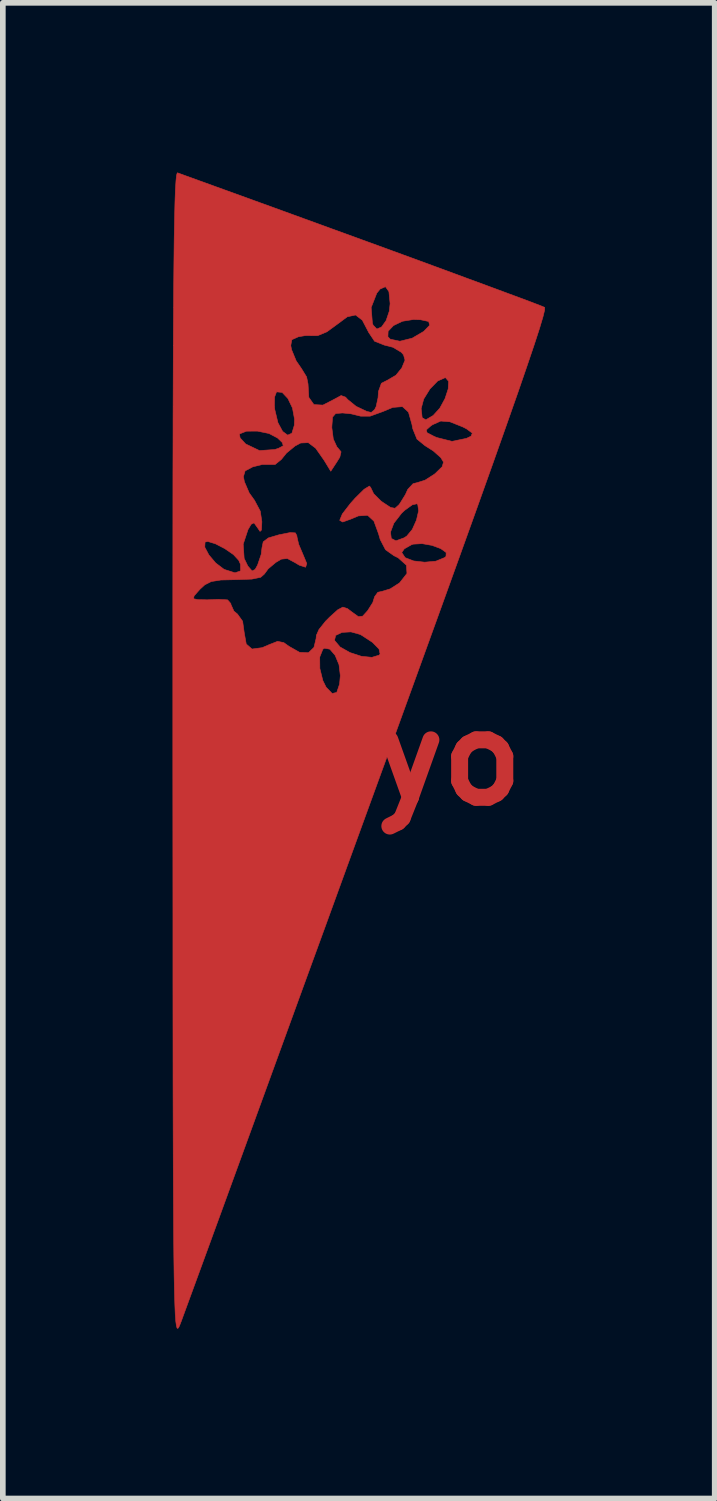
<source format=kicad_pcb>
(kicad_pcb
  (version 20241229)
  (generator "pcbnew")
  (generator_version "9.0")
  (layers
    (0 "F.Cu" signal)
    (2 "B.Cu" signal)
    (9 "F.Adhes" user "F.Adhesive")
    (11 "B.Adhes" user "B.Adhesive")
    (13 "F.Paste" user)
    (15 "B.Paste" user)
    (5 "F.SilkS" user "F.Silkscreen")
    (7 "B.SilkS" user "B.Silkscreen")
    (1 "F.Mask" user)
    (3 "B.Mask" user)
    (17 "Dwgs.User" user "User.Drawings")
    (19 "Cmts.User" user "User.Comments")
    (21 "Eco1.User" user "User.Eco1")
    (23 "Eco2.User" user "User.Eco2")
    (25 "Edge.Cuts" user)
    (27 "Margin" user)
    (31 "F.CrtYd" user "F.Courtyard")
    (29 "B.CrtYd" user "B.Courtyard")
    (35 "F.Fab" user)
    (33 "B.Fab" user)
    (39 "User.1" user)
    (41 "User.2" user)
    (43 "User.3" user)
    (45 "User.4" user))
  (footprint "kikyo"
    (layer "F.Cu")
    (at 3.297 10.355)
    (property "Reference" "kikyo" (at 0 0 0) (layer "F.Cu") (effects (font (size 1.524 1.524) (thickness 0.3))))
    (attr through_hole)
    (fp_poly (pts (xy -2.552 -10.112) (xy -1.875 -9.867) (xy -1.192 -9.619) (xy -0.514 -9.372) (xy 0.146 -9.132) (xy 0.776 -8.902) (xy 1.362 -8.687) (xy 1.893 -8.491) (xy 2.357 -8.32) (xy 2.74 -8.178) (xy 3.03 -8.07) (xy 3.215 -7.999) (xy 3.282 -7.971) (xy 3.281 -7.926) (xy 3.251 -7.803) (xy 3.19 -7.599) (xy 3.096 -7.31) (xy 2.968 -6.932) (xy 2.806 -6.461) (xy 2.606 -5.892) (xy 2.369 -5.222) (xy 2.092 -4.446) (xy 1.774 -3.561) (xy 1.414 -2.563) (xy 1.01 -1.447) (xy 0.561 -0.21) (xy 0.17 0.863) (xy -0.216 1.923) (xy -0.59 2.952) (xy -0.951 3.941) (xy -1.294 4.884) (xy -1.617 5.771) (xy -1.917 6.595) (xy -2.192 7.349) (xy -2.438 8.024) (xy -2.653 8.613) (xy -2.834 9.108) (xy -2.978 9.501) (xy -3.082 9.785) (xy -3.143 9.952) (xy -3.157 9.988) (xy -3.175 10.033) (xy -3.191 10.065) (xy -3.205 10.079) (xy -3.218 10.069) (xy -3.229 10.028) (xy -3.24 9.95) (xy -3.249 9.829) (xy -3.256 9.658) (xy -3.263 9.432) (xy -3.269 9.144) (xy -3.274 8.788) (xy -3.278 8.357) (xy -3.281 7.845) (xy -3.284 7.247) (xy -3.286 6.556) (xy -3.288 5.765) (xy -3.289 4.869) (xy -3.29 3.861) (xy -3.29 2.735) (xy -3.291 1.485) (xy -3.292 0.104) (xy -3.292 -0.025) (xy -3.292 -1.466) (xy -3.292 -1.791) (xy -0.695 -1.791) (xy -0.693 -1.588) (xy -0.64 -1.374) (xy -0.582 -1.257) (xy -0.475 -1.146) (xy -0.394 -1.165) (xy -0.344 -1.313) (xy -0.331 -1.463) (xy -0.354 -1.655) (xy -0.423 -1.821) (xy -0.516 -1.929) (xy -0.612 -1.947) (xy -0.64 -1.927) (xy -0.695 -1.791) (xy -3.292 -1.791) (xy -3.292 -2.776) (xy -3.292 -2.821) (xy -2.926 -2.821) (xy -2.848 -2.805) (xy -2.844 -2.805) (xy -2.681 -2.802) (xy -2.489 -2.81) (xy -2.324 -2.801) (xy -2.266 -2.735) (xy -2.265 -2.72) (xy -2.212 -2.602) (xy -2.15 -2.551) (xy -2.058 -2.423) (xy -2.03 -2.223) (xy -1.994 -2.02) (xy -1.892 -1.932) (xy -1.713 -1.956) (xy -1.59 -2.009) (xy -1.44 -2.068) (xy -1.33 -2.045) (xy -1.239 -1.98) (xy -1.052 -1.874) (xy -0.894 -1.867) (xy -0.797 -1.961) (xy -0.797 -1.962) (xy -0.767 -2.085) (xy -0.434 -2.085) (xy -0.335 -1.968) (xy -0.162 -1.87) (xy 0.04 -1.804) (xy 0.227 -1.785) (xy 0.355 -1.824) (xy 0.372 -1.844) (xy 0.353 -1.932) (xy 0.236 -2.051) (xy 0.046 -2.175) (xy 0.019 -2.19) (xy -0.143 -2.235) (xy -0.301 -2.226) (xy -0.413 -2.173) (xy -0.434 -2.085) (xy -0.767 -2.085) (xy -0.759 -2.12) (xy -0.755 -2.173) (xy -0.708 -2.278) (xy -0.59 -2.426) (xy -0.521 -2.495) (xy -0.376 -2.626) (xy -0.286 -2.673) (xy -0.205 -2.647) (xy -0.128 -2.588) (xy -0.011 -2.504) (xy 0.064 -2.513) (xy 0.152 -2.61) (xy 0.243 -2.754) (xy 0.275 -2.857) (xy 0.332 -2.935) (xy 0.408 -2.952) (xy 0.55 -2.995) (xy 0.713 -3.099) (xy 0.721 -3.107) (xy 0.847 -3.268) (xy 0.837 -3.414) (xy 0.692 -3.544) (xy 0.616 -3.582) (xy 0.537 -3.638) (xy 0.755 -3.638) (xy 0.815 -3.547) (xy 0.965 -3.489) (xy 1.16 -3.467) (xy 1.358 -3.485) (xy 1.512 -3.548) (xy 1.537 -3.569) (xy 1.54 -3.638) (xy 1.444 -3.707) (xy 1.29 -3.764) (xy 1.115 -3.795) (xy 0.959 -3.786) (xy 0.93 -3.777) (xy 0.801 -3.704) (xy 0.755 -3.638) (xy 0.537 -3.638) (xy 0.468 -3.687) (xy 0.374 -3.868) (xy 0.346 -3.965) (xy 0.334 -3.999) (xy 0.556 -3.999) (xy 0.57 -3.887) (xy 0.652 -3.845) (xy 0.797 -3.898) (xy 0.845 -3.93) (xy 0.941 -4.046) (xy 1.015 -4.211) (xy 1.053 -4.375) (xy 1.038 -4.486) (xy 1.024 -4.5) (xy 0.941 -4.481) (xy 0.808 -4.385) (xy 0.754 -4.335) (xy 0.615 -4.156) (xy 0.556 -3.999) (xy 0.334 -3.999) (xy 0.263 -4.193) (xy 0.151 -4.296) (xy -0.013 -4.285) (xy -0.135 -4.233) (xy -0.289 -4.177) (xy -0.342 -4.207) (xy -0.296 -4.319) (xy -0.152 -4.506) (xy -0.069 -4.599) (xy 0.091 -4.757) (xy 0.184 -4.813) (xy 0.206 -4.787) (xy 0.258 -4.678) (xy 0.386 -4.55) (xy 0.416 -4.528) (xy 0.557 -4.435) (xy 0.636 -4.42) (xy 0.703 -4.48) (xy 0.723 -4.506) (xy 0.82 -4.663) (xy 0.861 -4.754) (xy 0.955 -4.855) (xy 1.031 -4.874) (xy 1.167 -4.917) (xy 1.331 -5.022) (xy 1.35 -5.038) (xy 1.47 -5.155) (xy 1.493 -5.237) (xy 1.444 -5.317) (xy 1.312 -5.434) (xy 1.164 -5.528) (xy 1.024 -5.643) (xy 0.958 -5.806) (xy 1.189 -5.806) (xy 1.202 -5.756) (xy 1.323 -5.693) (xy 1.373 -5.671) (xy 1.643 -5.603) (xy 1.899 -5.656) (xy 1.98 -5.695) (xy 2.002 -5.749) (xy 1.899 -5.825) (xy 1.832 -5.859) (xy 1.606 -5.949) (xy 1.444 -5.962) (xy 1.299 -5.897) (xy 1.266 -5.874) (xy 1.189 -5.806) (xy 0.958 -5.806) (xy 0.948 -5.832) (xy 0.935 -5.903) (xy 0.874 -6.119) (xy 0.806 -6.182) (xy 1.098 -6.182) (xy 1.116 -6.021) (xy 1.18 -5.984) (xy 1.31 -6.06) (xy 1.31 -6.06) (xy 1.428 -6.19) (xy 1.52 -6.359) (xy 1.576 -6.53) (xy 1.583 -6.665) (xy 1.53 -6.727) (xy 1.52 -6.728) (xy 1.39 -6.67) (xy 1.253 -6.529) (xy 1.143 -6.351) (xy 1.098 -6.183) (xy 1.098 -6.182) (xy 0.806 -6.182) (xy 0.767 -6.217) (xy 0.596 -6.203) (xy 0.421 -6.13) (xy 0.195 -6.048) (xy 0.03 -6.048) (xy 0.026 -6.049) (xy -0.143 -6.09) (xy -0.292 -6.105) (xy -0.414 -6.095) (xy -0.468 -6.032) (xy -0.48 -5.876) (xy -0.481 -5.844) (xy -0.455 -5.644) (xy -0.392 -5.506) (xy -0.38 -5.494) (xy -0.318 -5.418) (xy -0.34 -5.324) (xy -0.39 -5.243) (xy -0.5 -5.075) (xy -0.616 -5.266) (xy -0.767 -5.482) (xy -0.897 -5.58) (xy -1.032 -5.574) (xy -1.131 -5.521) (xy -1.282 -5.397) (xy -1.375 -5.282) (xy -1.485 -5.193) (xy -1.563 -5.193) (xy -1.715 -5.193) (xy -1.88 -5.152) (xy -2.014 -5.081) (xy -2.044 -4.98) (xy -2.027 -4.89) (xy -1.942 -4.692) (xy -1.848 -4.561) (xy -1.746 -4.369) (xy -1.718 -4.183) (xy -1.725 -4.036) (xy -1.75 -4.011) (xy -1.796 -4.078) (xy -1.856 -4.162) (xy -1.906 -4.139) (xy -1.963 -4.043) (xy -2.048 -3.786) (xy -2.031 -3.534) (xy -1.966 -3.399) (xy -1.89 -3.312) (xy -1.837 -3.339) (xy -1.794 -3.416) (xy -1.73 -3.604) (xy -1.716 -3.721) (xy -1.694 -3.827) (xy -1.603 -3.896) (xy -1.41 -3.953) (xy -1.407 -3.953) (xy -1.217 -3.991) (xy -1.125 -3.985) (xy -1.098 -3.932) (xy -1.098 -3.918) (xy -1.067 -3.783) (xy -0.994 -3.611) (xy -0.994 -3.611) (xy -0.924 -3.443) (xy -0.945 -3.378) (xy -1.058 -3.415) (xy -1.131 -3.459) (xy -1.267 -3.532) (xy -1.373 -3.521) (xy -1.47 -3.464) (xy -1.605 -3.351) (xy -1.674 -3.257) (xy -1.739 -3.2) (xy -1.895 -3.168) (xy -2.164 -3.158) (xy -2.183 -3.158) (xy -2.444 -3.152) (xy -2.612 -3.125) (xy -2.727 -3.067) (xy -2.815 -2.986) (xy -2.916 -2.871) (xy -2.926 -2.821) (xy -3.292 -2.821) (xy -3.291 -3.732) (xy -2.727 -3.732) (xy -2.655 -3.596) (xy -2.534 -3.453) (xy -2.392 -3.345) (xy -2.376 -3.337) (xy -2.193 -3.279) (xy -2.095 -3.313) (xy -2.096 -3.431) (xy -2.127 -3.5) (xy -2.22 -3.601) (xy -2.372 -3.706) (xy -2.538 -3.792) (xy -2.672 -3.833) (xy -2.722 -3.823) (xy -2.727 -3.732) (xy -3.291 -3.732) (xy -3.291 -3.959) (xy -3.29 -5.022) (xy -3.288 -5.733) (xy -2.116 -5.733) (xy -2.102 -5.663) (xy -2.005 -5.558) (xy -2 -5.555) (xy -1.76 -5.44) (xy -1.488 -5.459) (xy -1.42 -5.482) (xy -1.34 -5.525) (xy -1.357 -5.582) (xy -1.44 -5.662) (xy -1.592 -5.742) (xy -1.796 -5.784) (xy -1.99 -5.783) (xy -2.116 -5.733) (xy -3.288 -5.733) (xy -3.288 -5.969) (xy -3.287 -6.22) (xy -1.496 -6.22) (xy -1.49 -6.167) (xy -1.434 -5.933) (xy -1.351 -5.779) (xy -1.262 -5.713) (xy -1.187 -5.747) (xy -1.144 -5.888) (xy -1.141 -5.998) (xy -1.177 -6.193) (xy -1.258 -6.361) (xy -1.359 -6.468) (xy -1.457 -6.478) (xy -1.459 -6.477) (xy -1.493 -6.388) (xy -1.496 -6.22) (xy -3.287 -6.22) (xy -3.285 -6.806) (xy -3.283 -7.297) (xy -1.207 -7.297) (xy -1.193 -7.224) (xy -1.111 -7.025) (xy -1.02 -6.893) (xy -0.927 -6.742) (xy -0.902 -6.619) (xy -0.888 -6.38) (xy -0.798 -6.253) (xy -0.639 -6.244) (xy -0.435 -6.349) (xy -0.317 -6.413) (xy -0.239 -6.385) (xy -0.199 -6.341) (xy -0.052 -6.222) (xy 0.135 -6.133) (xy 0.216 -6.114) (xy 0.275 -6.164) (xy 0.302 -6.218) (xy 0.336 -6.375) (xy 0.343 -6.485) (xy 0.395 -6.63) (xy 0.502 -6.684) (xy 0.652 -6.772) (xy 0.755 -6.899) (xy 0.813 -7.039) (xy 0.786 -7.133) (xy 0.745 -7.179) (xy 0.599 -7.266) (xy 0.449 -7.304) (xy 0.274 -7.373) (xy 0.222 -7.452) (xy 0.51 -7.452) (xy 0.552 -7.409) (xy 0.722 -7.373) (xy 0.939 -7.427) (xy 1.142 -7.546) (xy 1.248 -7.655) (xy 1.231 -7.722) (xy 1.087 -7.753) (xy 0.96 -7.757) (xy 0.767 -7.726) (xy 0.609 -7.65) (xy 0.514 -7.55) (xy 0.51 -7.452) (xy 0.222 -7.452) (xy 0.173 -7.524) (xy 0.058 -7.745) (xy -0.062 -7.837) (xy -0.208 -7.805) (xy -0.383 -7.675) (xy -0.569 -7.539) (xy -0.728 -7.473) (xy -0.774 -7.471) (xy -0.948 -7.473) (xy -1.072 -7.452) (xy -1.188 -7.4) (xy -1.207 -7.297) (xy -3.283 -7.297) (xy -3.282 -7.539) (xy -3.279 -7.969) (xy 0.214 -7.969) (xy 0.236 -7.693) (xy 0.249 -7.657) (xy 0.315 -7.589) (xy 0.398 -7.625) (xy 0.479 -7.739) (xy 0.535 -7.905) (xy 0.549 -8.038) (xy 0.528 -8.25) (xy 0.467 -8.337) (xy 0.373 -8.296) (xy 0.314 -8.224) (xy 0.214 -7.969) (xy -3.279 -7.969) (xy -3.278 -8.174) (xy -3.273 -8.715) (xy -3.268 -9.168) (xy -3.261 -9.538) (xy -3.254 -9.832) (xy -3.246 -10.054) (xy -3.236 -10.21) (xy -3.226 -10.306) (xy -3.214 -10.347) (xy -3.209 -10.35) (xy -2.552 -10.112)) (stroke (width 0.01) (type solid)) (fill yes) (layer "F.Cu")))
  (gr_rect
    (start -3 -3)
    (end 9.584 23.439)
    (stroke (width 0.1) (type default))
    (fill no)
    (layer "Edge.Cuts")))
</source>
